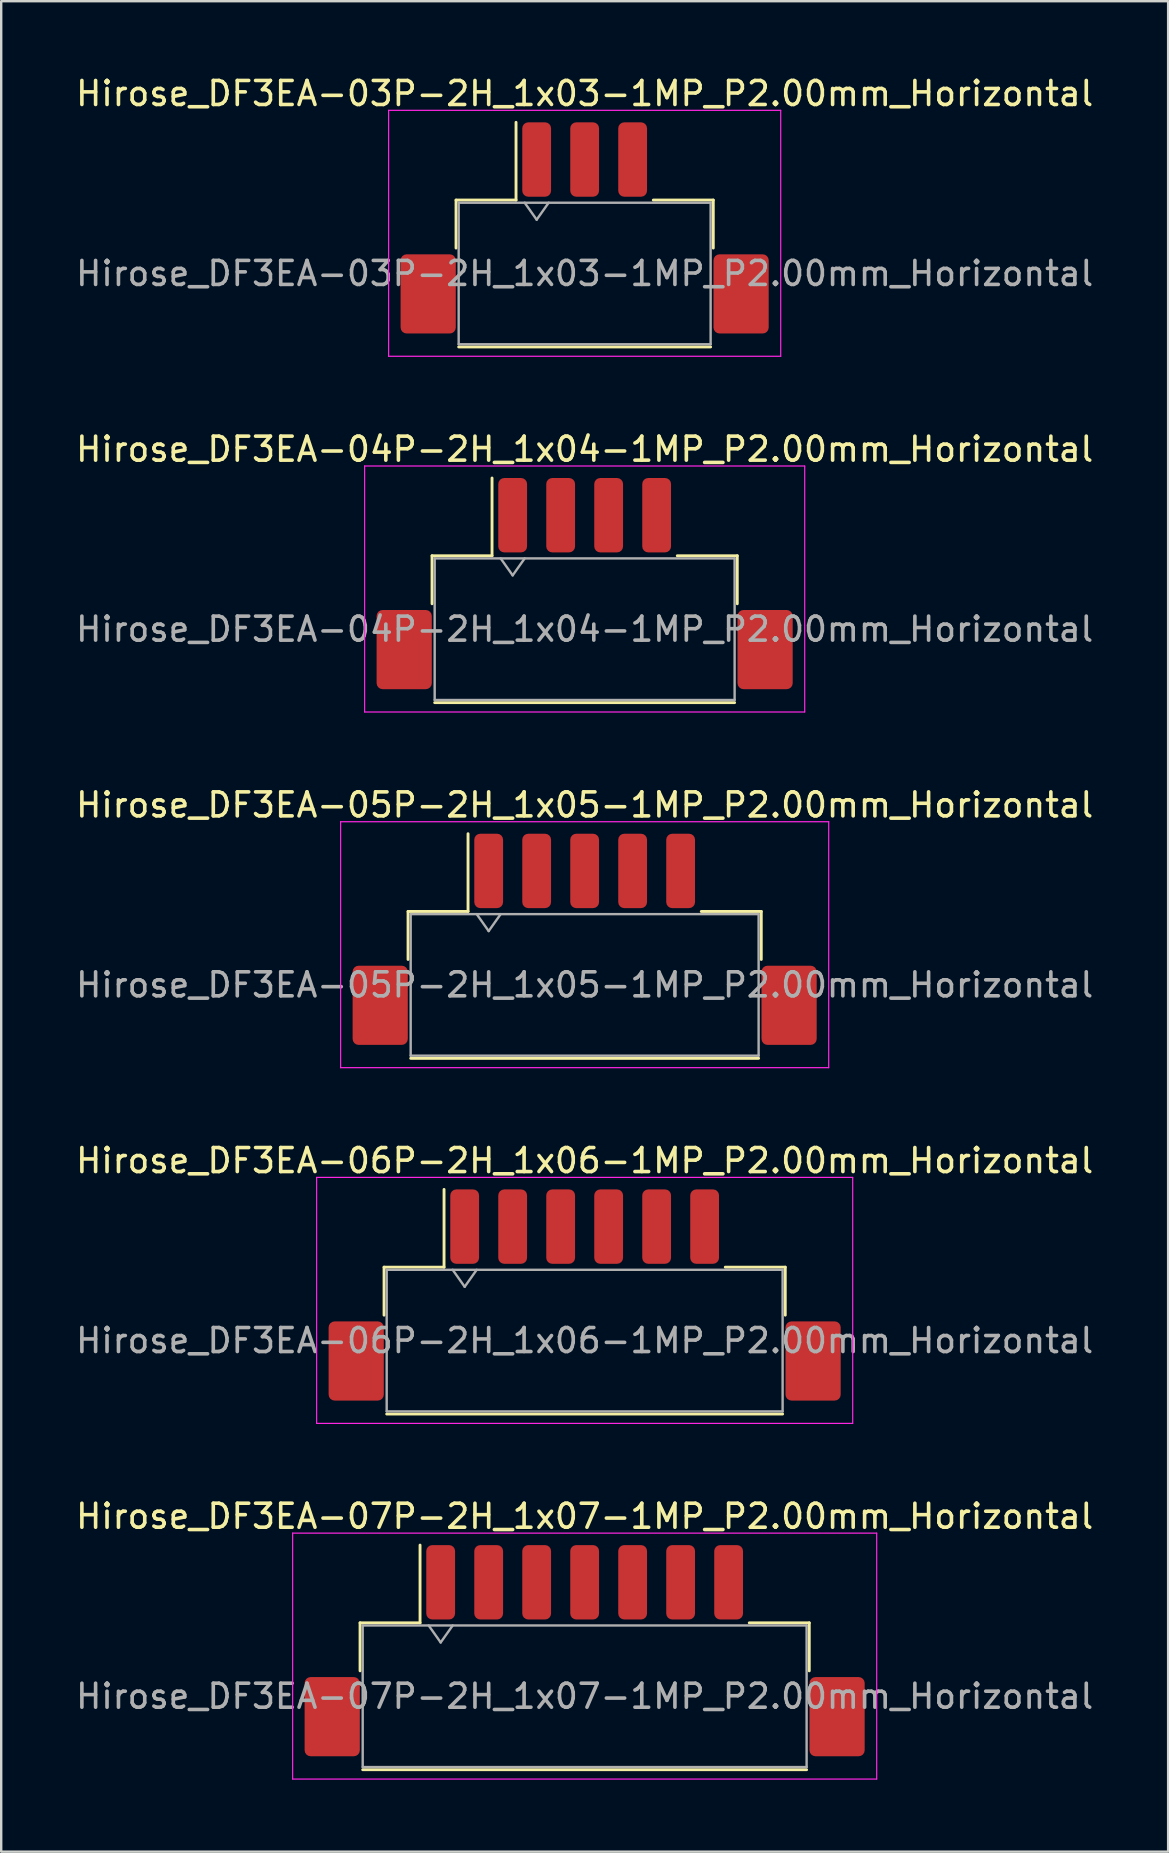
<source format=kicad_pcb>
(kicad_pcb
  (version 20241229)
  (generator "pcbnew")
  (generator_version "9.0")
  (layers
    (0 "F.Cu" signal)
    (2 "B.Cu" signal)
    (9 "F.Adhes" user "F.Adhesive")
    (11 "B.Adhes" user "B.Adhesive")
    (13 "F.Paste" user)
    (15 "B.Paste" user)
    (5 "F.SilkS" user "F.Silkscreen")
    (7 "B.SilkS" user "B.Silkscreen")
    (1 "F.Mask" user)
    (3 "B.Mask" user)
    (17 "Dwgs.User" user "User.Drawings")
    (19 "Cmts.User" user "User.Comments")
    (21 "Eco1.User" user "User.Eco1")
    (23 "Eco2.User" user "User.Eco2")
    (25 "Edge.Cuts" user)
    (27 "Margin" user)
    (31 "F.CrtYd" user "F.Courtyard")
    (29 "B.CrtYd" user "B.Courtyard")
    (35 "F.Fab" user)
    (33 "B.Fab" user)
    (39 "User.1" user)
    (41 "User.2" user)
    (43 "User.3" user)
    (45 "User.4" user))
  (footprint "Hirose_DF3EA-05P-2H_1x05-1MP_P2.00mm_Horizontal"
    (layer "F.Cu")
    (at 21.315 36.095)
    (property "Reference" "Hirose_DF3EA-05P-2H_1x05-1MP_P2.00mm_Horizontal" (at 0 -5.6 0) (layer "F.SilkS") (effects (font (size 1 1) (thickness 0.15))))
    (attr smd)
    (fp_line (start -7.36 -1.16) (end -4.86 -1.16) (stroke (width 0.12) (type solid)) (layer "F.SilkS"))
    (fp_line (start -7.36 0.84) (end -7.36 -1.16) (stroke (width 0.12) (type solid)) (layer "F.SilkS"))
    (fp_line (start -7.25 4.96) (end 7.25 4.96) (stroke (width 0.12) (type solid)) (layer "F.SilkS"))
    (fp_line (start -4.86 -1.16) (end -4.86 -4.4) (stroke (width 0.12) (type solid)) (layer "F.SilkS"))
    (fp_line (start 7.36 -1.16) (end 4.86 -1.16) (stroke (width 0.12) (type solid)) (layer "F.SilkS"))
    (fp_line (start 7.36 0.84) (end 7.36 -1.16) (stroke (width 0.12) (type solid)) (layer "F.SilkS"))
    (fp_line (start -10.17 -4.9) (end -10.17 5.35) (stroke (width 0.05) (type solid)) (layer "F.CrtYd"))
    (fp_line (start -10.17 5.35) (end 10.17 5.35) (stroke (width 0.05) (type solid)) (layer "F.CrtYd"))
    (fp_line (start 10.17 -4.9) (end -10.17 -4.9) (stroke (width 0.05) (type solid)) (layer "F.CrtYd"))
    (fp_line (start 10.17 5.35) (end 10.17 -4.9) (stroke (width 0.05) (type solid)) (layer "F.CrtYd"))
    (fp_line (start -7.25 -1.05) (end -7.25 4.85) (stroke (width 0.1) (type solid)) (layer "F.Fab"))
    (fp_line (start -7.25 -1.05) (end 7.25 -1.05) (stroke (width 0.1) (type solid)) (layer "F.Fab"))
    (fp_line (start -7.25 4.85) (end 7.25 4.85) (stroke (width 0.1) (type solid)) (layer "F.Fab"))
    (fp_line (start -4.5 -1.05) (end -4 -0.343) (stroke (width 0.1) (type solid)) (layer "F.Fab"))
    (fp_line (start -4 -0.343) (end -3.5 -1.05) (stroke (width 0.1) (type solid)) (layer "F.Fab"))
    (fp_line (start 7.25 -1.05) (end 7.25 4.85) (stroke (width 0.1) (type solid)) (layer "F.Fab"))
    (fp_text user "${REFERENCE}" (at 0 1.9 0) (layer "F.Fab") (effects (font (size 1 1) (thickness 0.15))))
    (pad "1" smd roundrect (at -4 -2.85) (size 1.2 3.1) (layers "F.Cu" "F.Mask" "F.Paste") (roundrect_rratio 0.208))
    (pad "2" smd roundrect (at -2 -2.85) (size 1.2 3.1) (layers "F.Cu" "F.Mask" "F.Paste") (roundrect_rratio 0.208))
    (pad "3" smd roundrect (at 0 -2.85) (size 1.2 3.1) (layers "F.Cu" "F.Mask" "F.Paste") (roundrect_rratio 0.208))
    (pad "4" smd roundrect (at 2 -2.85) (size 1.2 3.1) (layers "F.Cu" "F.Mask" "F.Paste") (roundrect_rratio 0.208))
    (pad "5" smd roundrect (at 4 -2.85) (size 1.2 3.1) (layers "F.Cu" "F.Mask" "F.Paste") (roundrect_rratio 0.208))
    (pad "MP" smd roundrect (at -8.52 2.75) (size 2.3 3.3) (layers "F.Cu" "F.Mask" "F.Paste") (roundrect_rratio 0.109))
    (pad "MP" smd roundrect (at 8.52 2.75) (size 2.3 3.3) (layers "F.Cu" "F.Mask" "F.Paste") (roundrect_rratio 0.109)))
  (footprint "Hirose_DF3EA-07P-2H_1x07-1MP_P2.00mm_Horizontal"
    (layer "F.Cu")
    (at 21.315 65.741)
    (property "Reference" "Hirose_DF3EA-07P-2H_1x07-1MP_P2.00mm_Horizontal" (at 0 -5.6 0) (layer "F.SilkS") (effects (font (size 1 1) (thickness 0.15))))
    (attr smd)
    (fp_line (start -9.36 -1.16) (end -6.86 -1.16) (stroke (width 0.12) (type solid)) (layer "F.SilkS"))
    (fp_line (start -9.36 0.84) (end -9.36 -1.16) (stroke (width 0.12) (type solid)) (layer "F.SilkS"))
    (fp_line (start -9.25 4.96) (end 9.25 4.96) (stroke (width 0.12) (type solid)) (layer "F.SilkS"))
    (fp_line (start -6.86 -1.16) (end -6.86 -4.4) (stroke (width 0.12) (type solid)) (layer "F.SilkS"))
    (fp_line (start 9.36 -1.16) (end 6.86 -1.16) (stroke (width 0.12) (type solid)) (layer "F.SilkS"))
    (fp_line (start 9.36 0.84) (end 9.36 -1.16) (stroke (width 0.12) (type solid)) (layer "F.SilkS"))
    (fp_line (start -12.17 -4.9) (end -12.17 5.35) (stroke (width 0.05) (type solid)) (layer "F.CrtYd"))
    (fp_line (start -12.17 5.35) (end 12.17 5.35) (stroke (width 0.05) (type solid)) (layer "F.CrtYd"))
    (fp_line (start 12.17 -4.9) (end -12.17 -4.9) (stroke (width 0.05) (type solid)) (layer "F.CrtYd"))
    (fp_line (start 12.17 5.35) (end 12.17 -4.9) (stroke (width 0.05) (type solid)) (layer "F.CrtYd"))
    (fp_line (start -9.25 -1.05) (end -9.25 4.85) (stroke (width 0.1) (type solid)) (layer "F.Fab"))
    (fp_line (start -9.25 -1.05) (end 9.25 -1.05) (stroke (width 0.1) (type solid)) (layer "F.Fab"))
    (fp_line (start -9.25 4.85) (end 9.25 4.85) (stroke (width 0.1) (type solid)) (layer "F.Fab"))
    (fp_line (start -6.5 -1.05) (end -6 -0.343) (stroke (width 0.1) (type solid)) (layer "F.Fab"))
    (fp_line (start -6 -0.343) (end -5.5 -1.05) (stroke (width 0.1) (type solid)) (layer "F.Fab"))
    (fp_line (start 9.25 -1.05) (end 9.25 4.85) (stroke (width 0.1) (type solid)) (layer "F.Fab"))
    (fp_text user "${REFERENCE}" (at 0 1.9 0) (layer "F.Fab") (effects (font (size 1 1) (thickness 0.15))))
    (pad "1" smd roundrect (at -6 -2.85) (size 1.2 3.1) (layers "F.Cu" "F.Mask" "F.Paste") (roundrect_rratio 0.208))
    (pad "2" smd roundrect (at -4 -2.85) (size 1.2 3.1) (layers "F.Cu" "F.Mask" "F.Paste") (roundrect_rratio 0.208))
    (pad "3" smd roundrect (at -2 -2.85) (size 1.2 3.1) (layers "F.Cu" "F.Mask" "F.Paste") (roundrect_rratio 0.208))
    (pad "4" smd roundrect (at 0 -2.85) (size 1.2 3.1) (layers "F.Cu" "F.Mask" "F.Paste") (roundrect_rratio 0.208))
    (pad "5" smd roundrect (at 2 -2.85) (size 1.2 3.1) (layers "F.Cu" "F.Mask" "F.Paste") (roundrect_rratio 0.208))
    (pad "6" smd roundrect (at 4 -2.85) (size 1.2 3.1) (layers "F.Cu" "F.Mask" "F.Paste") (roundrect_rratio 0.208))
    (pad "7" smd roundrect (at 6 -2.85) (size 1.2 3.1) (layers "F.Cu" "F.Mask" "F.Paste") (roundrect_rratio 0.208))
    (pad "MP" smd roundrect (at -10.52 2.75) (size 2.3 3.3) (layers "F.Cu" "F.Mask" "F.Paste") (roundrect_rratio 0.109))
    (pad "MP" smd roundrect (at 10.52 2.75) (size 2.3 3.3) (layers "F.Cu" "F.Mask" "F.Paste") (roundrect_rratio 0.109)))
  (footprint "Hirose_DF3EA-03P-2H_1x03-1MP_P2.00mm_Horizontal"
    (layer "F.Cu")
    (at 21.315 6.448)
    (property "Reference" "Hirose_DF3EA-03P-2H_1x03-1MP_P2.00mm_Horizontal" (at 0 -5.6 0) (layer "F.SilkS") (effects (font (size 1 1) (thickness 0.15))))
    (attr smd)
    (fp_line (start -5.36 -1.16) (end -2.86 -1.16) (stroke (width 0.12) (type solid)) (layer "F.SilkS"))
    (fp_line (start -5.36 0.84) (end -5.36 -1.16) (stroke (width 0.12) (type solid)) (layer "F.SilkS"))
    (fp_line (start -5.25 4.96) (end 5.25 4.96) (stroke (width 0.12) (type solid)) (layer "F.SilkS"))
    (fp_line (start -2.86 -1.16) (end -2.86 -4.4) (stroke (width 0.12) (type solid)) (layer "F.SilkS"))
    (fp_line (start 5.36 -1.16) (end 2.86 -1.16) (stroke (width 0.12) (type solid)) (layer "F.SilkS"))
    (fp_line (start 5.36 0.84) (end 5.36 -1.16) (stroke (width 0.12) (type solid)) (layer "F.SilkS"))
    (fp_line (start -8.17 -4.9) (end -8.17 5.35) (stroke (width 0.05) (type solid)) (layer "F.CrtYd"))
    (fp_line (start -8.17 5.35) (end 8.17 5.35) (stroke (width 0.05) (type solid)) (layer "F.CrtYd"))
    (fp_line (start 8.17 -4.9) (end -8.17 -4.9) (stroke (width 0.05) (type solid)) (layer "F.CrtYd"))
    (fp_line (start 8.17 5.35) (end 8.17 -4.9) (stroke (width 0.05) (type solid)) (layer "F.CrtYd"))
    (fp_line (start -5.25 -1.05) (end -5.25 4.85) (stroke (width 0.1) (type solid)) (layer "F.Fab"))
    (fp_line (start -5.25 -1.05) (end 5.25 -1.05) (stroke (width 0.1) (type solid)) (layer "F.Fab"))
    (fp_line (start -5.25 4.85) (end 5.25 4.85) (stroke (width 0.1) (type solid)) (layer "F.Fab"))
    (fp_line (start -2.5 -1.05) (end -2 -0.343) (stroke (width 0.1) (type solid)) (layer "F.Fab"))
    (fp_line (start -2 -0.343) (end -1.5 -1.05) (stroke (width 0.1) (type solid)) (layer "F.Fab"))
    (fp_line (start 5.25 -1.05) (end 5.25 4.85) (stroke (width 0.1) (type solid)) (layer "F.Fab"))
    (fp_text user "${REFERENCE}" (at 0 1.9 0) (layer "F.Fab") (effects (font (size 1 1) (thickness 0.15))))
    (pad "1" smd roundrect (at -2 -2.85) (size 1.2 3.1) (layers "F.Cu" "F.Mask" "F.Paste") (roundrect_rratio 0.208))
    (pad "2" smd roundrect (at 0 -2.85) (size 1.2 3.1) (layers "F.Cu" "F.Mask" "F.Paste") (roundrect_rratio 0.208))
    (pad "3" smd roundrect (at 2 -2.85) (size 1.2 3.1) (layers "F.Cu" "F.Mask" "F.Paste") (roundrect_rratio 0.208))
    (pad "MP" smd roundrect (at -6.52 2.75) (size 2.3 3.3) (layers "F.Cu" "F.Mask" "F.Paste") (roundrect_rratio 0.109))
    (pad "MP" smd roundrect (at 6.52 2.75) (size 2.3 3.3) (layers "F.Cu" "F.Mask" "F.Paste") (roundrect_rratio 0.109)))
  (footprint "Hirose_DF3EA-04P-2H_1x04-1MP_P2.00mm_Horizontal"
    (layer "F.Cu")
    (at 21.315 21.271)
    (property "Reference" "Hirose_DF3EA-04P-2H_1x04-1MP_P2.00mm_Horizontal" (at 0 -5.6 0) (layer "F.SilkS") (effects (font (size 1 1) (thickness 0.15))))
    (attr smd)
    (fp_line (start -6.36 -1.16) (end -3.86 -1.16) (stroke (width 0.12) (type solid)) (layer "F.SilkS"))
    (fp_line (start -6.36 0.84) (end -6.36 -1.16) (stroke (width 0.12) (type solid)) (layer "F.SilkS"))
    (fp_line (start -6.25 4.96) (end 6.25 4.96) (stroke (width 0.12) (type solid)) (layer "F.SilkS"))
    (fp_line (start -3.86 -1.16) (end -3.86 -4.4) (stroke (width 0.12) (type solid)) (layer "F.SilkS"))
    (fp_line (start 6.36 -1.16) (end 3.86 -1.16) (stroke (width 0.12) (type solid)) (layer "F.SilkS"))
    (fp_line (start 6.36 0.84) (end 6.36 -1.16) (stroke (width 0.12) (type solid)) (layer "F.SilkS"))
    (fp_line (start -9.17 -4.9) (end -9.17 5.35) (stroke (width 0.05) (type solid)) (layer "F.CrtYd"))
    (fp_line (start -9.17 5.35) (end 9.17 5.35) (stroke (width 0.05) (type solid)) (layer "F.CrtYd"))
    (fp_line (start 9.17 -4.9) (end -9.17 -4.9) (stroke (width 0.05) (type solid)) (layer "F.CrtYd"))
    (fp_line (start 9.17 5.35) (end 9.17 -4.9) (stroke (width 0.05) (type solid)) (layer "F.CrtYd"))
    (fp_line (start -6.25 -1.05) (end -6.25 4.85) (stroke (width 0.1) (type solid)) (layer "F.Fab"))
    (fp_line (start -6.25 -1.05) (end 6.25 -1.05) (stroke (width 0.1) (type solid)) (layer "F.Fab"))
    (fp_line (start -6.25 4.85) (end 6.25 4.85) (stroke (width 0.1) (type solid)) (layer "F.Fab"))
    (fp_line (start -3.5 -1.05) (end -3 -0.343) (stroke (width 0.1) (type solid)) (layer "F.Fab"))
    (fp_line (start -3 -0.343) (end -2.5 -1.05) (stroke (width 0.1) (type solid)) (layer "F.Fab"))
    (fp_line (start 6.25 -1.05) (end 6.25 4.85) (stroke (width 0.1) (type solid)) (layer "F.Fab"))
    (fp_text user "${REFERENCE}" (at 0 1.9 0) (layer "F.Fab") (effects (font (size 1 1) (thickness 0.15))))
    (pad "1" smd roundrect (at -3 -2.85) (size 1.2 3.1) (layers "F.Cu" "F.Mask" "F.Paste") (roundrect_rratio 0.208))
    (pad "2" smd roundrect (at -1 -2.85) (size 1.2 3.1) (layers "F.Cu" "F.Mask" "F.Paste") (roundrect_rratio 0.208))
    (pad "3" smd roundrect (at 1 -2.85) (size 1.2 3.1) (layers "F.Cu" "F.Mask" "F.Paste") (roundrect_rratio 0.208))
    (pad "4" smd roundrect (at 3 -2.85) (size 1.2 3.1) (layers "F.Cu" "F.Mask" "F.Paste") (roundrect_rratio 0.208))
    (pad "MP" smd roundrect (at -7.52 2.75) (size 2.3 3.3) (layers "F.Cu" "F.Mask" "F.Paste") (roundrect_rratio 0.109))
    (pad "MP" smd roundrect (at 7.52 2.75) (size 2.3 3.3) (layers "F.Cu" "F.Mask" "F.Paste") (roundrect_rratio 0.109)))
  (footprint "Hirose_DF3EA-06P-2H_1x06-1MP_P2.00mm_Horizontal"
    (layer "F.Cu")
    (at 21.315 50.918)
    (property "Reference" "Hirose_DF3EA-06P-2H_1x06-1MP_P2.00mm_Horizontal" (at 0 -5.6 0) (layer "F.SilkS") (effects (font (size 1 1) (thickness 0.15))))
    (attr smd)
    (fp_line (start -8.36 -1.16) (end -5.86 -1.16) (stroke (width 0.12) (type solid)) (layer "F.SilkS"))
    (fp_line (start -8.36 0.84) (end -8.36 -1.16) (stroke (width 0.12) (type solid)) (layer "F.SilkS"))
    (fp_line (start -8.25 4.96) (end 8.25 4.96) (stroke (width 0.12) (type solid)) (layer "F.SilkS"))
    (fp_line (start -5.86 -1.16) (end -5.86 -4.4) (stroke (width 0.12) (type solid)) (layer "F.SilkS"))
    (fp_line (start 8.36 -1.16) (end 5.86 -1.16) (stroke (width 0.12) (type solid)) (layer "F.SilkS"))
    (fp_line (start 8.36 0.84) (end 8.36 -1.16) (stroke (width 0.12) (type solid)) (layer "F.SilkS"))
    (fp_line (start -11.17 -4.9) (end -11.17 5.35) (stroke (width 0.05) (type solid)) (layer "F.CrtYd"))
    (fp_line (start -11.17 5.35) (end 11.17 5.35) (stroke (width 0.05) (type solid)) (layer "F.CrtYd"))
    (fp_line (start 11.17 -4.9) (end -11.17 -4.9) (stroke (width 0.05) (type solid)) (layer "F.CrtYd"))
    (fp_line (start 11.17 5.35) (end 11.17 -4.9) (stroke (width 0.05) (type solid)) (layer "F.CrtYd"))
    (fp_line (start -8.25 -1.05) (end -8.25 4.85) (stroke (width 0.1) (type solid)) (layer "F.Fab"))
    (fp_line (start -8.25 -1.05) (end 8.25 -1.05) (stroke (width 0.1) (type solid)) (layer "F.Fab"))
    (fp_line (start -8.25 4.85) (end 8.25 4.85) (stroke (width 0.1) (type solid)) (layer "F.Fab"))
    (fp_line (start -5.5 -1.05) (end -5 -0.343) (stroke (width 0.1) (type solid)) (layer "F.Fab"))
    (fp_line (start -5 -0.343) (end -4.5 -1.05) (stroke (width 0.1) (type solid)) (layer "F.Fab"))
    (fp_line (start 8.25 -1.05) (end 8.25 4.85) (stroke (width 0.1) (type solid)) (layer "F.Fab"))
    (fp_text user "${REFERENCE}" (at 0 1.9 0) (layer "F.Fab") (effects (font (size 1 1) (thickness 0.15))))
    (pad "1" smd roundrect (at -5 -2.85) (size 1.2 3.1) (layers "F.Cu" "F.Mask" "F.Paste") (roundrect_rratio 0.208))
    (pad "2" smd roundrect (at -3 -2.85) (size 1.2 3.1) (layers "F.Cu" "F.Mask" "F.Paste") (roundrect_rratio 0.208))
    (pad "3" smd roundrect (at -1 -2.85) (size 1.2 3.1) (layers "F.Cu" "F.Mask" "F.Paste") (roundrect_rratio 0.208))
    (pad "4" smd roundrect (at 1 -2.85) (size 1.2 3.1) (layers "F.Cu" "F.Mask" "F.Paste") (roundrect_rratio 0.208))
    (pad "5" smd roundrect (at 3 -2.85) (size 1.2 3.1) (layers "F.Cu" "F.Mask" "F.Paste") (roundrect_rratio 0.208))
    (pad "6" smd roundrect (at 5 -2.85) (size 1.2 3.1) (layers "F.Cu" "F.Mask" "F.Paste") (roundrect_rratio 0.208))
    (pad "MP" smd roundrect (at -9.52 2.75) (size 2.3 3.3) (layers "F.Cu" "F.Mask" "F.Paste") (roundrect_rratio 0.109))
    (pad "MP" smd roundrect (at 9.52 2.75) (size 2.3 3.3) (layers "F.Cu" "F.Mask" "F.Paste") (roundrect_rratio 0.109)))
  (gr_rect
    (start -3 -3)
    (end 45.631 74.116)
    (stroke (width 0.1) (type default))
    (fill no)
    (layer "Edge.Cuts")))
</source>
